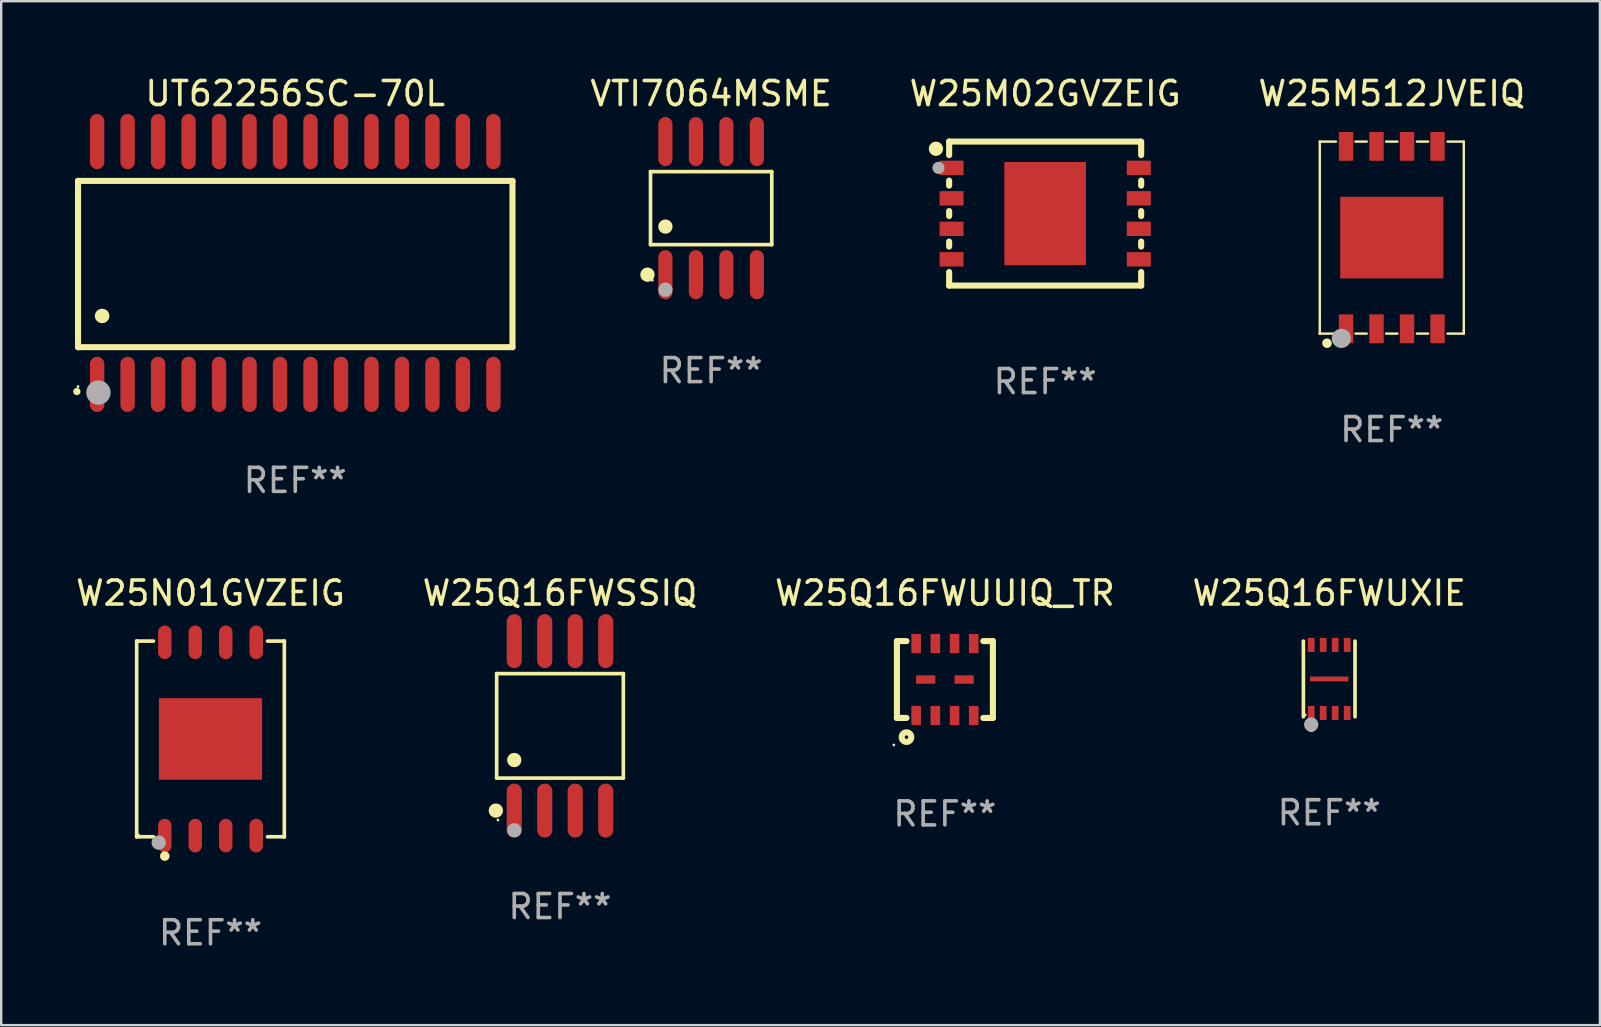
<source format=kicad_pcb>
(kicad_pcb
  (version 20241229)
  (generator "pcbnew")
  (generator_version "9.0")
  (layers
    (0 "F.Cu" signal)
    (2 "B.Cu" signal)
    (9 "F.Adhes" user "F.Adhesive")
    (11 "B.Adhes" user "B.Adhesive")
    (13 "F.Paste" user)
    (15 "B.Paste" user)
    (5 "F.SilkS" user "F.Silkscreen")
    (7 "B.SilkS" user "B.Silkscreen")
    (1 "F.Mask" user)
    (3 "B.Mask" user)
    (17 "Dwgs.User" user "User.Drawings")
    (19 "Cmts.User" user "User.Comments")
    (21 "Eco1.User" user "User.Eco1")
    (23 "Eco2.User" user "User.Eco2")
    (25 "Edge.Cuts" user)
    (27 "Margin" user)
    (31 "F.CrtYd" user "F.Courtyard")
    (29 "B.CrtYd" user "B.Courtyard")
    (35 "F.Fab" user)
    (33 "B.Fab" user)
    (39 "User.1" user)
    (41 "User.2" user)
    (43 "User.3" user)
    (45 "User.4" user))
  (footprint "UT62256SC-70L"
    (layer "F.Cu")
    (at 9.251 7.906)
    (property "Reference" "UT62256SC-70L" (at 0 -7.058 0) (layer "F.SilkS") (effects (font (size 1 1) (thickness 0.15))))
    (attr through_hole)
    (fp_line (start -9.05 -3.42) (end 9.05 -3.42) (stroke (width 0.254) (type solid)) (layer "F.SilkS"))
    (fp_line (start -9.05 -2.492) (end -9.05 -3.42) (stroke (width 0.254) (type solid)) (layer "F.SilkS"))
    (fp_line (start -9.05 3.508) (end -9.05 -2.492) (stroke (width 0.254) (type solid)) (layer "F.SilkS"))
    (fp_line (start 9.05 -3.42) (end 9.05 3.508) (stroke (width 0.254) (type solid)) (layer "F.SilkS"))
    (fp_line (start 9.05 3.508) (end -9.05 3.508) (stroke (width 0.254) (type solid)) (layer "F.SilkS"))
    (fp_arc (start -9.100838 5.35649) (mid -9.099568 5.356485) (end -9.098298 5.35649) (stroke (width 0.3) (type solid)) (layer "F.SilkS"))
    (fp_arc (start -8.049276 2.206883) (mid -8.046736 2.206872) (end -8.044196 2.206883) (stroke (width 0.6) (type solid)) (layer "F.SilkS"))
    (fp_circle (center -9.05 5.15) (end -9.02 5.15) (stroke (width 0.06) (type solid)) (fill no) (layer "F.SilkS"))
    (fp_circle (center -8.2 5.4) (end -7.946 5.4) (stroke (width 0.508) (type solid)) (fill no) (layer "F.Fab"))
    (fp_text user "REF**" (at 0 9.058 0) (layer "F.Fab") (effects (font (size 1 1) (thickness 0.15))))
    (pad "1" smd oval (at -8.255 5.058 180) (size 0.6 2.3) (layers "F.Cu" "F.Mask" "F.Paste"))
    (pad "2" smd oval (at -6.985 5.058 180) (size 0.6 2.3) (layers "F.Cu" "F.Mask" "F.Paste"))
    (pad "3" smd oval (at -5.715 5.058 180) (size 0.6 2.3) (layers "F.Cu" "F.Mask" "F.Paste"))
    (pad "4" smd oval (at -4.445 5.058 180) (size 0.6 2.3) (layers "F.Cu" "F.Mask" "F.Paste"))
    (pad "5" smd oval (at -3.175 5.058 180) (size 0.6 2.3) (layers "F.Cu" "F.Mask" "F.Paste"))
    (pad "6" smd oval (at -1.905 5.058 180) (size 0.6 2.3) (layers "F.Cu" "F.Mask" "F.Paste"))
    (pad "7" smd oval (at -0.635 5.058 180) (size 0.6 2.3) (layers "F.Cu" "F.Mask" "F.Paste"))
    (pad "8" smd oval (at 0.635 5.058 180) (size 0.6 2.3) (layers "F.Cu" "F.Mask" "F.Paste"))
    (pad "9" smd oval (at 1.905 5.058 180) (size 0.6 2.3) (layers "F.Cu" "F.Mask" "F.Paste"))
    (pad "10" smd oval (at 3.175 5.058 180) (size 0.6 2.3) (layers "F.Cu" "F.Mask" "F.Paste"))
    (pad "11" smd oval (at 4.445 5.058 180) (size 0.6 2.3) (layers "F.Cu" "F.Mask" "F.Paste"))
    (pad "12" smd oval (at 5.715 5.058 180) (size 0.6 2.3) (layers "F.Cu" "F.Mask" "F.Paste"))
    (pad "13" smd oval (at 6.985 5.058 180) (size 0.6 2.3) (layers "F.Cu" "F.Mask" "F.Paste"))
    (pad "14" smd oval (at 8.255 5.058 180) (size 0.6 2.3) (layers "F.Cu" "F.Mask" "F.Paste"))
    (pad "15" smd oval (at 8.255 -5.058 180) (size 0.6 2.3) (layers "F.Cu" "F.Mask" "F.Paste"))
    (pad "16" smd oval (at 6.985 -5.058 180) (size 0.6 2.3) (layers "F.Cu" "F.Mask" "F.Paste"))
    (pad "17" smd oval (at 5.715 -5.058 180) (size 0.6 2.3) (layers "F.Cu" "F.Mask" "F.Paste"))
    (pad "18" smd oval (at 4.445 -5.058 180) (size 0.6 2.3) (layers "F.Cu" "F.Mask" "F.Paste"))
    (pad "19" smd oval (at 3.175 -5.058 180) (size 0.6 2.3) (layers "F.Cu" "F.Mask" "F.Paste"))
    (pad "20" smd oval (at 1.905 -5.058 180) (size 0.6 2.3) (layers "F.Cu" "F.Mask" "F.Paste"))
    (pad "21" smd oval (at 0.635 -5.058 180) (size 0.6 2.3) (layers "F.Cu" "F.Mask" "F.Paste"))
    (pad "22" smd oval (at -0.635 -5.058 180) (size 0.6 2.3) (layers "F.Cu" "F.Mask" "F.Paste"))
    (pad "23" smd oval (at -1.905 -5.058 180) (size 0.6 2.3) (layers "F.Cu" "F.Mask" "F.Paste"))
    (pad "24" smd oval (at -3.175 -5.058 180) (size 0.6 2.3) (layers "F.Cu" "F.Mask" "F.Paste"))
    (pad "25" smd oval (at -4.445 -5.058 180) (size 0.6 2.3) (layers "F.Cu" "F.Mask" "F.Paste"))
    (pad "26" smd oval (at -5.715 -5.058 180) (size 0.6 2.3) (layers "F.Cu" "F.Mask" "F.Paste"))
    (pad "27" smd oval (at -6.985 -5.058 180) (size 0.6 2.3) (layers "F.Cu" "F.Mask" "F.Paste"))
    (pad "28" smd oval (at -8.255 -5.058 180) (size 0.6 2.3) (layers "F.Cu" "F.Mask" "F.Paste")))
  (footprint "VTI7064MSME"
    (layer "F.Cu")
    (at 26.577 5.621)
    (property "Reference" "VTI7064MSME" (at 0 -4.772 0) (layer "F.SilkS") (effects (font (size 1 1) (thickness 0.15))))
    (attr through_hole)
    (fp_line (start -2.526 -1.521) (end 2.526 -1.521) (stroke (width 0.152) (type solid)) (layer "F.SilkS"))
    (fp_line (start -2.526 1.521) (end -2.526 -1.521) (stroke (width 0.152) (type solid)) (layer "F.SilkS"))
    (fp_line (start 2.526 -1.521) (end 2.526 1.521) (stroke (width 0.152) (type solid)) (layer "F.SilkS"))
    (fp_line (start 2.526 1.521) (end -2.526 1.521) (stroke (width 0.152) (type solid)) (layer "F.SilkS"))
    (fp_circle (center -2.652 2.772) (end -2.501 2.772) (stroke (width 0.3) (type solid)) (fill no) (layer "F.SilkS"))
    (fp_circle (center -2.45 3) (end -2.42 3) (stroke (width 0.06) (type solid)) (fill no) (layer "F.SilkS"))
    (fp_circle (center -1.905 0.769) (end -1.755 0.769) (stroke (width 0.3) (type solid)) (fill no) (layer "F.SilkS"))
    (fp_circle (center -1.905 3.4) (end -1.755 3.4) (stroke (width 0.3) (type solid)) (fill no) (layer "F.Fab"))
    (fp_text user "REF**" (at 0 6.772 0) (layer "F.Fab") (effects (font (size 1 1) (thickness 0.15))))
    (pad "1" smd oval (at -1.905 2.772) (size 0.588 2.045) (layers "F.Cu" "F.Mask" "F.Paste"))
    (pad "2" smd oval (at -0.635 2.772) (size 0.588 2.045) (layers "F.Cu" "F.Mask" "F.Paste"))
    (pad "3" smd oval (at 0.635 2.772) (size 0.588 2.045) (layers "F.Cu" "F.Mask" "F.Paste"))
    (pad "4" smd oval (at 1.905 2.772) (size 0.588 2.045) (layers "F.Cu" "F.Mask" "F.Paste"))
    (pad "5" smd oval (at 1.905 -2.772) (size 0.588 2.045) (layers "F.Cu" "F.Mask" "F.Paste"))
    (pad "6" smd oval (at 0.635 -2.772) (size 0.588 2.045) (layers "F.Cu" "F.Mask" "F.Paste"))
    (pad "7" smd oval (at -0.635 -2.772) (size 0.588 2.045) (layers "F.Cu" "F.Mask" "F.Paste"))
    (pad "8" smd oval (at -1.905 -2.772) (size 0.588 2.045) (layers "F.Cu" "F.Mask" "F.Paste")))
  (footprint "W25Q16FWUUIQ_TR"
    (layer "F.Cu")
    (at 36.315 25.26)
    (property "Reference" "W25Q16FWUUIQ_TR" (at 0 -3.6 0) (layer "F.SilkS") (effects (font (size 1 1) (thickness 0.15))))
    (attr through_hole)
    (fp_line (start -2 -1.6) (end -1.599 -1.6) (stroke (width 0.254) (type solid)) (layer "F.SilkS"))
    (fp_line (start -2 1.6) (end -1.599 1.6) (stroke (width 0.254) (type solid)) (layer "F.SilkS"))
    (fp_line (start -1.998 -1.6) (end -1.998 1.6) (stroke (width 0.254) (type solid)) (layer "F.SilkS"))
    (fp_line (start 2 -1.6) (end 1.601 -1.6) (stroke (width 0.254) (type solid)) (layer "F.SilkS"))
    (fp_line (start 2 1.6) (end 1.601 1.6) (stroke (width 0.254) (type solid)) (layer "F.SilkS"))
    (fp_line (start 2 1.6) (end 2 -1.6) (stroke (width 0.254) (type solid)) (layer "F.SilkS"))
    (fp_circle (center -2.127 2.727) (end -2.097 2.727) (stroke (width 0.06) (type solid)) (fill no) (layer "F.SilkS"))
    (fp_circle (center -1.599 2.4) (end -1.399 2.4) (stroke (width 0.254) (type solid)) (fill no) (layer "F.SilkS"))
    (fp_text user "REF**" (at 0 5.6 0) (layer "F.Fab") (effects (font (size 1 1) (thickness 0.15))))
    (pad "1" smd rect (at -1.197 1.5) (size 0.4 0.8) (layers "F.Cu" "F.Mask" "F.Paste"))
    (pad "2" smd rect (at -0.397 1.5) (size 0.4 0.8) (layers "F.Cu" "F.Mask" "F.Paste"))
    (pad "3" smd rect (at 0.403 1.5) (size 0.4 0.8) (layers "F.Cu" "F.Mask" "F.Paste"))
    (pad "4" smd rect (at 1.202 1.5) (size 0.4 0.8) (layers "F.Cu" "F.Mask" "F.Paste"))
    (pad "5" smd rect (at 1.202 -1.5) (size 0.4 0.8) (layers "F.Cu" "F.Mask" "F.Paste"))
    (pad "6" smd rect (at 0.403 -1.5) (size 0.4 0.8) (layers "F.Cu" "F.Mask" "F.Paste"))
    (pad "7" smd rect (at -0.397 -1.5) (size 0.4 0.8) (layers "F.Cu" "F.Mask" "F.Paste"))
    (pad "8" smd rect (at -1.197 -1.5) (size 0.4 0.8) (layers "F.Cu" "F.Mask" "F.Paste"))
    (pad "9" smd rect (at -0.8 0.00014 90) (size 0.35 0.8) (layers "F.Cu" "F.Mask" "F.Paste"))
    (pad "10" smd rect (at 0.801 0.00014 90) (size 0.35 0.8) (layers "F.Cu" "F.Mask" "F.Paste")))
  (footprint "W25N01GVZEIG"
    (layer "F.Cu")
    (at 5.72 27.736)
    (property "Reference" "W25N01GVZEIG" (at 0 -6.076 0) (layer "F.SilkS") (effects (font (size 1 1) (thickness 0.15))))
    (attr through_hole)
    (fp_line (start -3.076 -4.076) (end -3.076 -4.076) (stroke (width 0.152) (type solid)) (layer "F.SilkS"))
    (fp_line (start -3.076 -4.076) (end -2.376 -4.076) (stroke (width 0.152) (type solid)) (layer "F.SilkS"))
    (fp_line (start -3.076 4.076) (end -3.076 -4.076) (stroke (width 0.152) (type solid)) (layer "F.SilkS"))
    (fp_line (start -3.076 4.076) (end -3.076 4.076) (stroke (width 0.152) (type solid)) (layer "F.SilkS"))
    (fp_line (start -2.376 4.076) (end -3.076 4.076) (stroke (width 0.152) (type solid)) (layer "F.SilkS"))
    (fp_line (start 2.376 4.076) (end 3.076 4.076) (stroke (width 0.152) (type solid)) (layer "F.SilkS"))
    (fp_line (start 3.076 -4.076) (end 2.376 -4.076) (stroke (width 0.152) (type solid)) (layer "F.SilkS"))
    (fp_line (start 3.076 -4.076) (end 3.076 -4.076) (stroke (width 0.152) (type solid)) (layer "F.SilkS"))
    (fp_line (start 3.076 4.076) (end 3.076 -4.076) (stroke (width 0.152) (type solid)) (layer "F.SilkS"))
    (fp_line (start 3.076 4.076) (end 3.076 4.076) (stroke (width 0.152) (type solid)) (layer "F.SilkS"))
    (fp_circle (center -3 4) (end -2.97 4) (stroke (width 0.06) (type solid)) (fill no) (layer "F.SilkS"))
    (fp_circle (center -1.905 4.88) (end -1.805 4.88) (stroke (width 0.2) (type solid)) (fill no) (layer "F.SilkS"))
    (fp_circle (center -2.159 4.318) (end -2.009 4.318) (stroke (width 0.3) (type solid)) (fill no) (layer "F.Fab"))
    (fp_text user "REF**" (at 0 8.076 0) (layer "F.Fab") (effects (font (size 1 1) (thickness 0.15))))
    (pad "1" smd oval (at -1.905 4.027) (size 0.56 1.4) (layers "F.Cu" "F.Mask" "F.Paste"))
    (pad "2" smd oval (at -0.635 4.027) (size 0.56 1.4) (layers "F.Cu" "F.Mask" "F.Paste"))
    (pad "3" smd oval (at 0.635 4.027) (size 0.56 1.4) (layers "F.Cu" "F.Mask" "F.Paste"))
    (pad "4" smd oval (at 1.905 4.027) (size 0.56 1.4) (layers "F.Cu" "F.Mask" "F.Paste"))
    (pad "5" smd oval (at 1.905 -4.027) (size 0.56 1.4) (layers "F.Cu" "F.Mask" "F.Paste"))
    (pad "6" smd oval (at 0.635 -4.027) (size 0.56 1.4) (layers "F.Cu" "F.Mask" "F.Paste"))
    (pad "7" smd oval (at -0.635 -4.027) (size 0.56 1.4) (layers "F.Cu" "F.Mask" "F.Paste"))
    (pad "8" smd oval (at -1.905 -4.027) (size 0.56 1.4) (layers "F.Cu" "F.Mask" "F.Paste"))
    (pad "9" smd rect (at 0 0) (size 4.3 3.4) (layers "F.Cu" "F.Mask" "F.Paste")))
  (footprint "W25Q16FWSSIQ"
    (layer "F.Cu")
    (at 20.28 27.19)
    (property "Reference" "W25Q16FWSSIQ" (at 0 -5.53 0) (layer "F.SilkS") (effects (font (size 1 1) (thickness 0.15))))
    (attr through_hole)
    (fp_line (start -2.639 -2.176) (end 2.639 -2.176) (stroke (width 0.152) (type solid)) (layer "F.SilkS"))
    (fp_line (start -2.639 2.176) (end -2.639 -2.176) (stroke (width 0.152) (type solid)) (layer "F.SilkS"))
    (fp_line (start 2.639 -2.176) (end 2.639 2.176) (stroke (width 0.152) (type solid)) (layer "F.SilkS"))
    (fp_line (start 2.639 2.176) (end -2.639 2.176) (stroke (width 0.152) (type solid)) (layer "F.SilkS"))
    (fp_circle (center -2.672 3.53) (end -2.522 3.53) (stroke (width 0.3) (type solid)) (fill no) (layer "F.SilkS"))
    (fp_circle (center -2.585 3.92) (end -2.555 3.92) (stroke (width 0.06) (type solid)) (fill no) (layer "F.SilkS"))
    (fp_circle (center -1.905 1.424) (end -1.755 1.424) (stroke (width 0.3) (type solid)) (fill no) (layer "F.SilkS"))
    (fp_circle (center -1.905 4.35) (end -1.755 4.35) (stroke (width 0.3) (type solid)) (fill no) (layer "F.Fab"))
    (fp_text user "REF**" (at 0 7.53 0) (layer "F.Fab") (effects (font (size 1 1) (thickness 0.15))))
    (pad "1" smd oval (at -1.905 3.53) (size 0.63 2.25) (layers "F.Cu" "F.Mask" "F.Paste"))
    (pad "2" smd oval (at -0.635 3.53) (size 0.63 2.25) (layers "F.Cu" "F.Mask" "F.Paste"))
    (pad "3" smd oval (at 0.635 3.53) (size 0.63 2.25) (layers "F.Cu" "F.Mask" "F.Paste"))
    (pad "4" smd oval (at 1.905 3.53) (size 0.63 2.25) (layers "F.Cu" "F.Mask" "F.Paste"))
    (pad "5" smd oval (at 1.905 -3.53) (size 0.63 2.25) (layers "F.Cu" "F.Mask" "F.Paste"))
    (pad "6" smd oval (at 0.635 -3.53) (size 0.63 2.25) (layers "F.Cu" "F.Mask" "F.Paste"))
    (pad "7" smd oval (at -0.635 -3.53) (size 0.63 2.25) (layers "F.Cu" "F.Mask" "F.Paste"))
    (pad "8" smd oval (at -1.905 -3.53) (size 0.63 2.25) (layers "F.Cu" "F.Mask" "F.Paste")))
  (footprint "W25M02GVZEIG"
    (layer "F.Cu")
    (at 40.493 5.848)
    (property "Reference" "W25M02GVZEIG" (at 0 -5 0) (layer "F.SilkS") (effects (font (size 1 1) (thickness 0.15))))
    (attr through_hole)
    (fp_line (start -4 -3) (end 3.95 -3) (stroke (width 0.254) (type solid)) (layer "F.SilkS"))
    (fp_line (start -4 -2.436) (end -4 -3) (stroke (width 0.254) (type solid)) (layer "F.SilkS"))
    (fp_line (start -4 -1.166) (end -4 -1.374) (stroke (width 0.254) (type solid)) (layer "F.SilkS"))
    (fp_line (start -4 0.104) (end -4 -0.104) (stroke (width 0.254) (type solid)) (layer "F.SilkS"))
    (fp_line (start -4 1.374) (end -4 1.166) (stroke (width 0.254) (type solid)) (layer "F.SilkS"))
    (fp_line (start -4 3) (end -4 2.436) (stroke (width 0.254) (type solid)) (layer "F.SilkS"))
    (fp_line (start 4 -3) (end 4 -2.436) (stroke (width 0.254) (type solid)) (layer "F.SilkS"))
    (fp_line (start 4 -1.374) (end 4 -1.166) (stroke (width 0.254) (type solid)) (layer "F.SilkS"))
    (fp_line (start 4 -0.104) (end 4 0.104) (stroke (width 0.254) (type solid)) (layer "F.SilkS"))
    (fp_line (start 4 1.166) (end 4 1.374) (stroke (width 0.254) (type solid)) (layer "F.SilkS"))
    (fp_line (start 4 2.436) (end 4 3) (stroke (width 0.254) (type solid)) (layer "F.SilkS"))
    (fp_line (start 4 3) (end -4 3) (stroke (width 0.254) (type solid)) (layer "F.SilkS"))
    (fp_circle (center -4.55 -2.7) (end -4.4 -2.7) (stroke (width 0.3) (type solid)) (fill no) (layer "F.SilkS"))
    (fp_circle (center -4 -3) (end -3.97 -3) (stroke (width 0.06) (type solid)) (fill no) (layer "F.SilkS"))
    (fp_circle (center -4.445 -1.905) (end -4.318 -1.905) (stroke (width 0.254) (type solid)) (fill no) (layer "F.Fab"))
    (fp_text user "REF**" (at 0 7 0) (layer "F.Fab") (effects (font (size 1 1) (thickness 0.15))))
    (pad "1" smd rect (at -3.9 -1.905 270) (size 0.6 1) (layers "F.Cu" "F.Mask" "F.Paste"))
    (pad "2" smd rect (at -3.9 -0.635 270) (size 0.6 1) (layers "F.Cu" "F.Mask" "F.Paste"))
    (pad "3" smd rect (at -3.9 0.635 270) (size 0.6 1) (layers "F.Cu" "F.Mask" "F.Paste"))
    (pad "4" smd rect (at -3.9 1.905 270) (size 0.6 1) (layers "F.Cu" "F.Mask" "F.Paste"))
    (pad "5" smd rect (at 3.9 1.905 90) (size 0.6 1) (layers "F.Cu" "F.Mask" "F.Paste"))
    (pad "6" smd rect (at 3.9 0.635 90) (size 0.6 1) (layers "F.Cu" "F.Mask" "F.Paste"))
    (pad "7" smd rect (at 3.9 -0.635 90) (size 0.6 1) (layers "F.Cu" "F.Mask" "F.Paste"))
    (pad "8" smd rect (at 3.9 -1.905 90) (size 0.6 1) (layers "F.Cu" "F.Mask" "F.Paste"))
    (pad "9" smd rect (at 0 0 90) (size 4.3 3.4) (layers "F.Cu" "F.Mask" "F.Paste")))
  (footprint "W25Q16FWUXIE"
    (layer "F.Cu")
    (at 52.327 25.236)
    (property "Reference" "W25Q16FWUXIE" (at 0 -3.576 0) (layer "F.SilkS") (effects (font (size 1 1) (thickness 0.15))))
    (attr through_hole)
    (fp_line (start -1.076 1.576) (end -1.076 -1.576) (stroke (width 0.152) (type solid)) (layer "F.SilkS"))
    (fp_line (start 1.076 -1.576) (end 1.076 1.576) (stroke (width 0.152) (type solid)) (layer "F.SilkS"))
    (fp_circle (center -1 1.5) (end -0.97 1.5) (stroke (width 0.06) (type solid)) (fill no) (layer "F.SilkS"))
    (fp_circle (center -0.75 2.01) (end -0.65 2.01) (stroke (width 0.2) (type solid)) (fill no) (layer "F.SilkS"))
    (fp_circle (center -0.75 1.9) (end -0.6 1.9) (stroke (width 0.3) (type solid)) (fill no) (layer "F.Fab"))
    (fp_text user "REF**" (at 0 5.576 0) (layer "F.Fab") (effects (font (size 1 1) (thickness 0.15))))
    (pad "1" smd rect (at -0.75 1.418) (size 0.28 0.585) (layers "F.Cu" "F.Mask" "F.Paste"))
    (pad "2" smd rect (at -0.25 1.418) (size 0.28 0.585) (layers "F.Cu" "F.Mask" "F.Paste"))
    (pad "3" smd rect (at 0.25 1.418) (size 0.28 0.585) (layers "F.Cu" "F.Mask" "F.Paste"))
    (pad "4" smd rect (at 0.75 1.418) (size 0.28 0.585) (layers "F.Cu" "F.Mask" "F.Paste"))
    (pad "5" smd rect (at 0.75 -1.418) (size 0.28 0.585) (layers "F.Cu" "F.Mask" "F.Paste"))
    (pad "6" smd rect (at 0.25 -1.418) (size 0.28 0.585) (layers "F.Cu" "F.Mask" "F.Paste"))
    (pad "7" smd rect (at -0.25 -1.418) (size 0.28 0.585) (layers "F.Cu" "F.Mask" "F.Paste"))
    (pad "8" smd rect (at -0.75 -1.418) (size 0.28 0.585) (layers "F.Cu" "F.Mask" "F.Paste"))
    (pad "9" smd rect (at 0 0) (size 1.6 0.2) (layers "F.Cu" "F.Mask" "F.Paste")))
  (footprint "W25M512JVEIQ"
    (layer "F.Cu")
    (at 54.934 6.848)
    (property "Reference" "W25M512JVEIQ" (at 0 -6 0) (layer "F.SilkS") (effects (font (size 1 1) (thickness 0.15))))
    (attr through_hole)
    (fp_line (start -3 -4) (end -3 4) (stroke (width 0.1) (type solid)) (layer "F.SilkS"))
    (fp_line (start -3 -4) (end -2.324 -4) (stroke (width 0.1) (type solid)) (layer "F.SilkS"))
    (fp_line (start -3 4) (end -2.324 4) (stroke (width 0.1) (type solid)) (layer "F.SilkS"))
    (fp_line (start -1.516 -4) (end -1.044 -4) (stroke (width 0.1) (type solid)) (layer "F.SilkS"))
    (fp_line (start -1.516 4) (end -1.044 4) (stroke (width 0.1) (type solid)) (layer "F.SilkS"))
    (fp_line (start -0.236 -4) (end 0.236 -4) (stroke (width 0.1) (type solid)) (layer "F.SilkS"))
    (fp_line (start -0.236 4) (end 0.236 4) (stroke (width 0.1) (type solid)) (layer "F.SilkS"))
    (fp_line (start 1.044 -4) (end 1.516 -4) (stroke (width 0.1) (type solid)) (layer "F.SilkS"))
    (fp_line (start 1.044 4) (end 1.516 4) (stroke (width 0.1) (type solid)) (layer "F.SilkS"))
    (fp_line (start 2.324 -4) (end 3 -4) (stroke (width 0.1) (type solid)) (layer "F.SilkS"))
    (fp_line (start 2.324 4) (end 3 4) (stroke (width 0.1) (type solid)) (layer "F.SilkS"))
    (fp_line (start 3 -4) (end 3 3.863) (stroke (width 0.1) (type solid)) (layer "F.SilkS"))
    (fp_line (start 3 3.863) (end 3 4) (stroke (width 0.1) (type solid)) (layer "F.SilkS"))
    (fp_circle (center -3 4) (end -2.97 4) (stroke (width 0.06) (type solid)) (fill no) (layer "F.SilkS"))
    (fp_circle (center -2.7 4.4) (end -2.6 4.4) (stroke (width 0.2) (type solid)) (fill no) (layer "F.SilkS"))
    (fp_circle (center -2.1 4.2) (end -1.9 4.2) (stroke (width 0.4) (type solid)) (fill no) (layer "F.Fab"))
    (fp_text user "REF**" (at 0 8 0) (layer "F.Fab") (effects (font (size 1 1) (thickness 0.15))))
    (pad "1" smd rect (at -1.905 3.8) (size 0.6 1.2) (layers "F.Cu" "F.Mask" "F.Paste"))
    (pad "2" smd rect (at -0.635 3.8) (size 0.6 1.2) (layers "F.Cu" "F.Mask" "F.Paste"))
    (pad "3" smd rect (at 0.635 3.8) (size 0.6 1.2) (layers "F.Cu" "F.Mask" "F.Paste"))
    (pad "4" smd rect (at 1.905 3.8) (size 0.6 1.2) (layers "F.Cu" "F.Mask" "F.Paste"))
    (pad "5" smd rect (at 1.905 -3.8) (size 0.6 1.2) (layers "F.Cu" "F.Mask" "F.Paste"))
    (pad "6" smd rect (at 0.635 -3.8) (size 0.6 1.2) (layers "F.Cu" "F.Mask" "F.Paste"))
    (pad "7" smd rect (at -0.635 -3.8) (size 0.6 1.2) (layers "F.Cu" "F.Mask" "F.Paste"))
    (pad "8" smd rect (at -1.905 -3.8) (size 0.6 1.2) (layers "F.Cu" "F.Mask" "F.Paste"))
    (pad "9" smd rect (at 0.000127 0.000025 90) (size 3.4 4.3) (layers "F.Cu" "F.Mask" "F.Paste")))
  (gr_rect
    (start -3 -3)
    (end 63.606 39.66)
    (stroke (width 0.1) (type default))
    (fill no)
    (layer "Edge.Cuts")))
</source>
